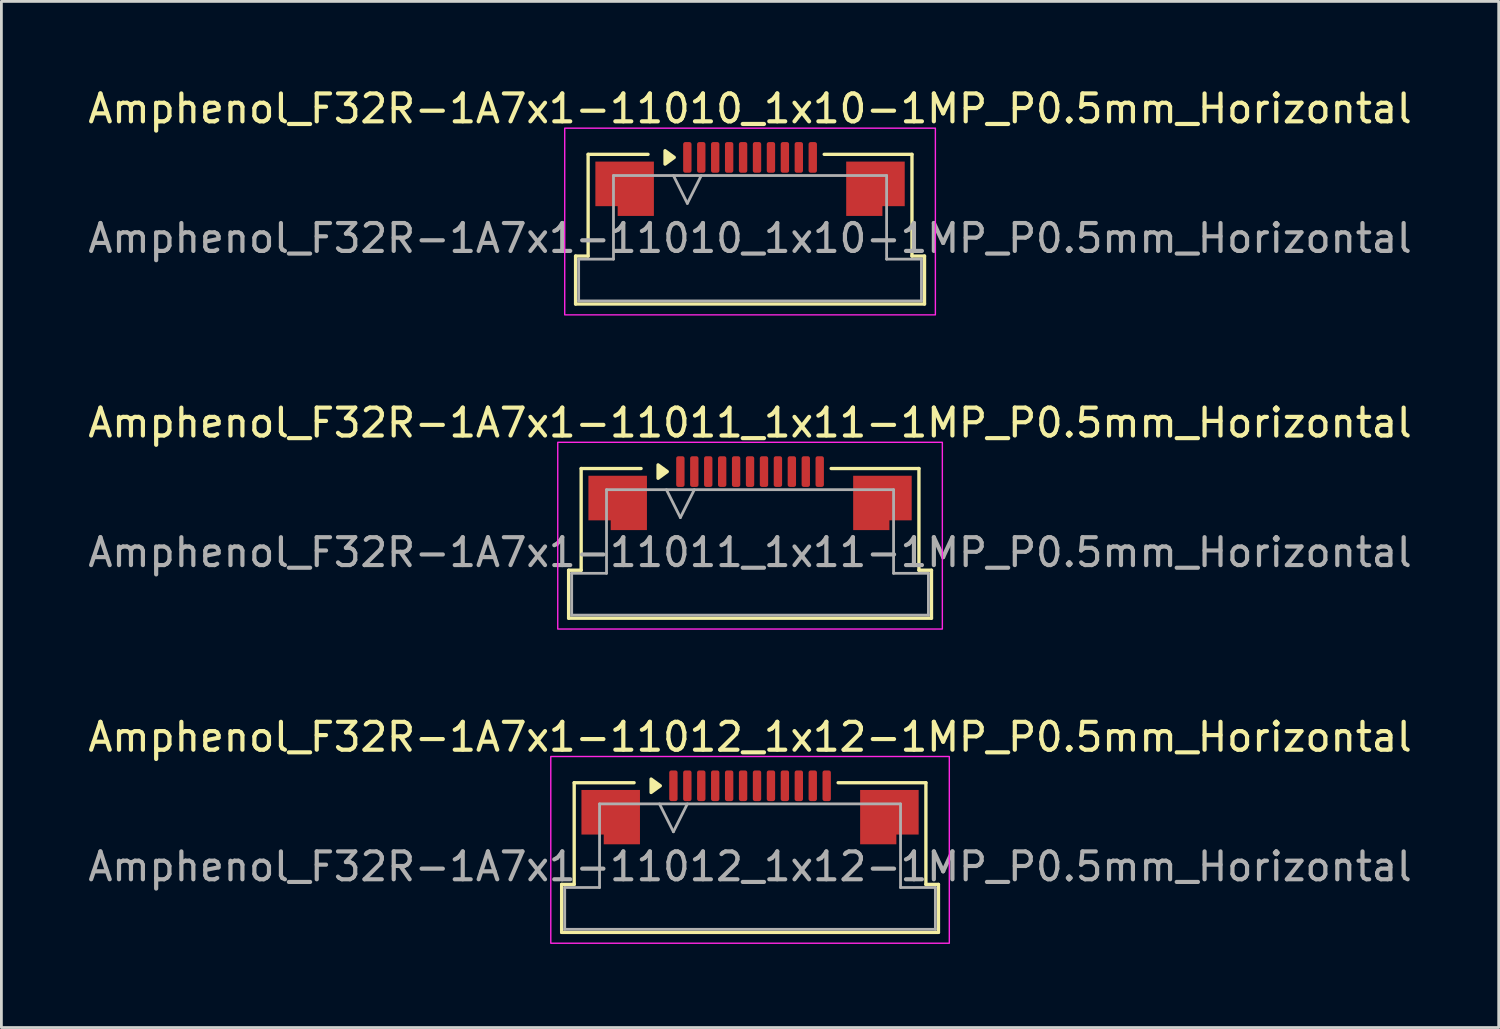
<source format=kicad_pcb>
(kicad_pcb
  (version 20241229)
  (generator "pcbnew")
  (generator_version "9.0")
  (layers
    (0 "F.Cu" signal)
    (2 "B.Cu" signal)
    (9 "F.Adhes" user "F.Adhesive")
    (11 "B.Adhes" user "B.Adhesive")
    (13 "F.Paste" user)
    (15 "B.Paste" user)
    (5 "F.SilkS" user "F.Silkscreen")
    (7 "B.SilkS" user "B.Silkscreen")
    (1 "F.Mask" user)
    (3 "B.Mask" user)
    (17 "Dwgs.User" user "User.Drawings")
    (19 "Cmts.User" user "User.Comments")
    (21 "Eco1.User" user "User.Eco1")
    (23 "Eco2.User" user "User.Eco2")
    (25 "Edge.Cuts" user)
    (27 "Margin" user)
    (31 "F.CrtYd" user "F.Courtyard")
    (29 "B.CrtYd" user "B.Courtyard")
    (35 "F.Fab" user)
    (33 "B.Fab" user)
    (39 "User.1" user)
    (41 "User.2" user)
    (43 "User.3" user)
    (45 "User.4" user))
  (footprint "Amphenol_F32R-1A7x1-11011_1x11-1MP_P0.5mm_Horizontal"
    (layer "F.Cu")
    (at 23.863 16.771)
    (property "Reference" "Amphenol_F32R-1A7x1-11011_1x11-1MP_P0.5mm_Horizontal" (at 0 -4.65 0) (layer "F.SilkS") (effects (font (size 1 1) (thickness 0.15))))
    (attr smd)
    (fp_line (start -6.51 0.64) (end -6.06 0.64) (stroke (width 0.12) (type solid)) (layer "F.SilkS"))
    (fp_line (start -6.51 2.36) (end -6.51 0.64) (stroke (width 0.12) (type solid)) (layer "F.SilkS"))
    (fp_line (start -6.06 -3.01) (end -3.91 -3.01) (stroke (width 0.12) (type solid)) (layer "F.SilkS"))
    (fp_line (start -6.06 0.64) (end -6.06 -3.01) (stroke (width 0.12) (type solid)) (layer "F.SilkS"))
    (fp_line (start 2.91 -3.01) (end 6.06 -3.01) (stroke (width 0.12) (type solid)) (layer "F.SilkS"))
    (fp_line (start 6.06 -3.01) (end 6.06 0.64) (stroke (width 0.12) (type solid)) (layer "F.SilkS"))
    (fp_line (start 6.06 0.64) (end 6.51 0.64) (stroke (width 0.12) (type solid)) (layer "F.SilkS"))
    (fp_line (start 6.51 0.64) (end 6.51 2.36) (stroke (width 0.12) (type solid)) (layer "F.SilkS"))
    (fp_line (start 6.51 2.36) (end -6.51 2.36) (stroke (width 0.12) (type solid)) (layer "F.SilkS"))
    (fp_poly (pts (xy -2.97 -2.9) (xy -3.3 -2.66) (xy -3.3 -3.14)) (stroke (width 0.12) (type solid)) (fill yes) (layer "F.SilkS"))
    (fp_rect (start -6.9 -3.95) (end 6.9 2.75) (stroke (width 0.05) (type solid)) (fill no) (layer "F.CrtYd"))
    (fp_line (start -6.4 0.75) (end -5.15 0.75) (stroke (width 0.1) (type solid)) (layer "F.Fab"))
    (fp_line (start -6.4 2.25) (end -6.4 0.75) (stroke (width 0.1) (type solid)) (layer "F.Fab"))
    (fp_line (start -5.15 -2.25) (end 5.15 -2.25) (stroke (width 0.1) (type solid)) (layer "F.Fab"))
    (fp_line (start -5.15 0.75) (end -5.15 -2.25) (stroke (width 0.1) (type solid)) (layer "F.Fab"))
    (fp_line (start -3 -2.25) (end -2.5 -1.25) (stroke (width 0.1) (type solid)) (layer "F.Fab"))
    (fp_line (start -2.5 -1.25) (end -2 -2.25) (stroke (width 0.1) (type solid)) (layer "F.Fab"))
    (fp_line (start 5.15 -2.25) (end 5.15 0.75) (stroke (width 0.1) (type solid)) (layer "F.Fab"))
    (fp_line (start 5.15 0.75) (end 6.4 0.75) (stroke (width 0.1) (type solid)) (layer "F.Fab"))
    (fp_line (start 6.4 0.75) (end 6.4 2.25) (stroke (width 0.1) (type solid)) (layer "F.Fab"))
    (fp_line (start 6.4 2.25) (end -6.4 2.25) (stroke (width 0.1) (type solid)) (layer "F.Fab"))
    (fp_text user "${REFERENCE}" (at 0 0 0) (layer "F.Fab") (effects (font (size 1 1) (thickness 0.15))))
    (pad "1" smd roundrect (at -2.5 -2.9) (size 0.3 1.1) (layers "F.Cu" "F.Mask" "F.Paste") (roundrect_rratio 0.25))
    (pad "2" smd roundrect (at -2 -2.9) (size 0.3 1.1) (layers "F.Cu" "F.Mask" "F.Paste") (roundrect_rratio 0.25))
    (pad "3" smd roundrect (at -1.5 -2.9) (size 0.3 1.1) (layers "F.Cu" "F.Mask" "F.Paste") (roundrect_rratio 0.25))
    (pad "4" smd roundrect (at -1 -2.9) (size 0.3 1.1) (layers "F.Cu" "F.Mask" "F.Paste") (roundrect_rratio 0.25))
    (pad "5" smd roundrect (at -0.5 -2.9) (size 0.3 1.1) (layers "F.Cu" "F.Mask" "F.Paste") (roundrect_rratio 0.25))
    (pad "6" smd roundrect (at 0 -2.9) (size 0.3 1.1) (layers "F.Cu" "F.Mask" "F.Paste") (roundrect_rratio 0.25))
    (pad "7" smd roundrect (at 0.5 -2.9) (size 0.3 1.1) (layers "F.Cu" "F.Mask" "F.Paste") (roundrect_rratio 0.25))
    (pad "8" smd roundrect (at 1 -2.9) (size 0.3 1.1) (layers "F.Cu" "F.Mask" "F.Paste") (roundrect_rratio 0.25))
    (pad "9" smd roundrect (at 1.5 -2.9) (size 0.3 1.1) (layers "F.Cu" "F.Mask" "F.Paste") (roundrect_rratio 0.25))
    (pad "10" smd roundrect (at 2 -2.9) (size 0.3 1.1) (layers "F.Cu" "F.Mask" "F.Paste") (roundrect_rratio 0.25))
    (pad "11" smd roundrect (at 2.5 -2.9) (size 0.3 1.1) (layers "F.Cu" "F.Mask" "F.Paste") (roundrect_rratio 0.25))
    (pad "MP" smd custom (at -4.75 -1.775) (size 1 1) (layers "F.Cu" "F.Mask" "F.Paste") (options (anchor circle)) (primitives (gr_poly (pts (xy 1.05 -0.975) (xy 1.05 0.975) (xy -0.25 0.975) (xy -0.25 0.625) (xy -1.05 0.625) (xy -1.05 -0.975)) (width 0) (fill yes))))
    (pad "MP" smd custom (at 4.75 -1.775) (size 1 1) (layers "F.Cu" "F.Mask" "F.Paste") (options (anchor circle)) (primitives (gr_poly (pts (xy -1.05 -0.975) (xy -1.05 0.975) (xy 0.25 0.975) (xy 0.25 0.625) (xy 1.05 0.625) (xy 1.05 -0.975)) (width 0) (fill yes)))))
  (footprint "Amphenol_F32R-1A7x1-11012_1x12-1MP_P0.5mm_Horizontal"
    (layer "F.Cu")
    (at 23.863 28.045)
    (property "Reference" "Amphenol_F32R-1A7x1-11012_1x12-1MP_P0.5mm_Horizontal" (at 0 -4.65 0) (layer "F.SilkS") (effects (font (size 1 1) (thickness 0.15))))
    (attr smd)
    (fp_line (start -6.76 0.64) (end -6.31 0.64) (stroke (width 0.12) (type solid)) (layer "F.SilkS"))
    (fp_line (start -6.76 2.36) (end -6.76 0.64) (stroke (width 0.12) (type solid)) (layer "F.SilkS"))
    (fp_line (start -6.31 -3.01) (end -4.16 -3.01) (stroke (width 0.12) (type solid)) (layer "F.SilkS"))
    (fp_line (start -6.31 0.64) (end -6.31 -3.01) (stroke (width 0.12) (type solid)) (layer "F.SilkS"))
    (fp_line (start 3.16 -3.01) (end 6.31 -3.01) (stroke (width 0.12) (type solid)) (layer "F.SilkS"))
    (fp_line (start 6.31 -3.01) (end 6.31 0.64) (stroke (width 0.12) (type solid)) (layer "F.SilkS"))
    (fp_line (start 6.31 0.64) (end 6.76 0.64) (stroke (width 0.12) (type solid)) (layer "F.SilkS"))
    (fp_line (start 6.76 0.64) (end 6.76 2.36) (stroke (width 0.12) (type solid)) (layer "F.SilkS"))
    (fp_line (start 6.76 2.36) (end -6.76 2.36) (stroke (width 0.12) (type solid)) (layer "F.SilkS"))
    (fp_poly (pts (xy -3.22 -2.9) (xy -3.55 -2.66) (xy -3.55 -3.14)) (stroke (width 0.12) (type solid)) (fill yes) (layer "F.SilkS"))
    (fp_rect (start -7.15 -3.95) (end 7.15 2.75) (stroke (width 0.05) (type solid)) (fill no) (layer "F.CrtYd"))
    (fp_line (start -6.65 0.75) (end -5.4 0.75) (stroke (width 0.1) (type solid)) (layer "F.Fab"))
    (fp_line (start -6.65 2.25) (end -6.65 0.75) (stroke (width 0.1) (type solid)) (layer "F.Fab"))
    (fp_line (start -5.4 -2.25) (end 5.4 -2.25) (stroke (width 0.1) (type solid)) (layer "F.Fab"))
    (fp_line (start -5.4 0.75) (end -5.4 -2.25) (stroke (width 0.1) (type solid)) (layer "F.Fab"))
    (fp_line (start -3.25 -2.25) (end -2.75 -1.25) (stroke (width 0.1) (type solid)) (layer "F.Fab"))
    (fp_line (start -2.75 -1.25) (end -2.25 -2.25) (stroke (width 0.1) (type solid)) (layer "F.Fab"))
    (fp_line (start 5.4 -2.25) (end 5.4 0.75) (stroke (width 0.1) (type solid)) (layer "F.Fab"))
    (fp_line (start 5.4 0.75) (end 6.65 0.75) (stroke (width 0.1) (type solid)) (layer "F.Fab"))
    (fp_line (start 6.65 0.75) (end 6.65 2.25) (stroke (width 0.1) (type solid)) (layer "F.Fab"))
    (fp_line (start 6.65 2.25) (end -6.65 2.25) (stroke (width 0.1) (type solid)) (layer "F.Fab"))
    (fp_text user "${REFERENCE}" (at 0 0 0) (layer "F.Fab") (effects (font (size 1 1) (thickness 0.15))))
    (pad "1" smd roundrect (at -2.75 -2.9) (size 0.3 1.1) (layers "F.Cu" "F.Mask" "F.Paste") (roundrect_rratio 0.25))
    (pad "2" smd roundrect (at -2.25 -2.9) (size 0.3 1.1) (layers "F.Cu" "F.Mask" "F.Paste") (roundrect_rratio 0.25))
    (pad "3" smd roundrect (at -1.75 -2.9) (size 0.3 1.1) (layers "F.Cu" "F.Mask" "F.Paste") (roundrect_rratio 0.25))
    (pad "4" smd roundrect (at -1.25 -2.9) (size 0.3 1.1) (layers "F.Cu" "F.Mask" "F.Paste") (roundrect_rratio 0.25))
    (pad "5" smd roundrect (at -0.75 -2.9) (size 0.3 1.1) (layers "F.Cu" "F.Mask" "F.Paste") (roundrect_rratio 0.25))
    (pad "6" smd roundrect (at -0.25 -2.9) (size 0.3 1.1) (layers "F.Cu" "F.Mask" "F.Paste") (roundrect_rratio 0.25))
    (pad "7" smd roundrect (at 0.25 -2.9) (size 0.3 1.1) (layers "F.Cu" "F.Mask" "F.Paste") (roundrect_rratio 0.25))
    (pad "8" smd roundrect (at 0.75 -2.9) (size 0.3 1.1) (layers "F.Cu" "F.Mask" "F.Paste") (roundrect_rratio 0.25))
    (pad "9" smd roundrect (at 1.25 -2.9) (size 0.3 1.1) (layers "F.Cu" "F.Mask" "F.Paste") (roundrect_rratio 0.25))
    (pad "10" smd roundrect (at 1.75 -2.9) (size 0.3 1.1) (layers "F.Cu" "F.Mask" "F.Paste") (roundrect_rratio 0.25))
    (pad "11" smd roundrect (at 2.25 -2.9) (size 0.3 1.1) (layers "F.Cu" "F.Mask" "F.Paste") (roundrect_rratio 0.25))
    (pad "12" smd roundrect (at 2.75 -2.9) (size 0.3 1.1) (layers "F.Cu" "F.Mask" "F.Paste") (roundrect_rratio 0.25))
    (pad "MP" smd custom (at -5 -1.775) (size 1 1) (layers "F.Cu" "F.Mask" "F.Paste") (options (anchor circle)) (primitives (gr_poly (pts (xy 1.05 -0.975) (xy 1.05 0.975) (xy -0.25 0.975) (xy -0.25 0.625) (xy -1.05 0.625) (xy -1.05 -0.975)) (width 0) (fill yes))))
    (pad "MP" smd custom (at 5 -1.775) (size 1 1) (layers "F.Cu" "F.Mask" "F.Paste") (options (anchor circle)) (primitives (gr_poly (pts (xy -1.05 -0.975) (xy -1.05 0.975) (xy 0.25 0.975) (xy 0.25 0.625) (xy 1.05 0.625) (xy 1.05 -0.975)) (width 0) (fill yes)))))
  (footprint "Amphenol_F32R-1A7x1-11010_1x10-1MP_P0.5mm_Horizontal"
    (layer "F.Cu")
    (at 23.863 5.498)
    (property "Reference" "Amphenol_F32R-1A7x1-11010_1x10-1MP_P0.5mm_Horizontal" (at 0 -4.65 0) (layer "F.SilkS") (effects (font (size 1 1) (thickness 0.15))))
    (attr smd)
    (fp_line (start -6.26 0.64) (end -5.81 0.64) (stroke (width 0.12) (type solid)) (layer "F.SilkS"))
    (fp_line (start -6.26 2.36) (end -6.26 0.64) (stroke (width 0.12) (type solid)) (layer "F.SilkS"))
    (fp_line (start -5.81 -3.01) (end -3.66 -3.01) (stroke (width 0.12) (type solid)) (layer "F.SilkS"))
    (fp_line (start -5.81 0.64) (end -5.81 -3.01) (stroke (width 0.12) (type solid)) (layer "F.SilkS"))
    (fp_line (start 2.66 -3.01) (end 5.81 -3.01) (stroke (width 0.12) (type solid)) (layer "F.SilkS"))
    (fp_line (start 5.81 -3.01) (end 5.81 0.64) (stroke (width 0.12) (type solid)) (layer "F.SilkS"))
    (fp_line (start 5.81 0.64) (end 6.26 0.64) (stroke (width 0.12) (type solid)) (layer "F.SilkS"))
    (fp_line (start 6.26 0.64) (end 6.26 2.36) (stroke (width 0.12) (type solid)) (layer "F.SilkS"))
    (fp_line (start 6.26 2.36) (end -6.26 2.36) (stroke (width 0.12) (type solid)) (layer "F.SilkS"))
    (fp_poly (pts (xy -2.72 -2.9) (xy -3.05 -2.66) (xy -3.05 -3.14)) (stroke (width 0.12) (type solid)) (fill yes) (layer "F.SilkS"))
    (fp_rect (start -6.65 -3.95) (end 6.65 2.75) (stroke (width 0.05) (type solid)) (fill no) (layer "F.CrtYd"))
    (fp_line (start -6.15 0.75) (end -4.9 0.75) (stroke (width 0.1) (type solid)) (layer "F.Fab"))
    (fp_line (start -6.15 2.25) (end -6.15 0.75) (stroke (width 0.1) (type solid)) (layer "F.Fab"))
    (fp_line (start -4.9 -2.25) (end 4.9 -2.25) (stroke (width 0.1) (type solid)) (layer "F.Fab"))
    (fp_line (start -4.9 0.75) (end -4.9 -2.25) (stroke (width 0.1) (type solid)) (layer "F.Fab"))
    (fp_line (start -2.75 -2.25) (end -2.25 -1.25) (stroke (width 0.1) (type solid)) (layer "F.Fab"))
    (fp_line (start -2.25 -1.25) (end -1.75 -2.25) (stroke (width 0.1) (type solid)) (layer "F.Fab"))
    (fp_line (start 4.9 -2.25) (end 4.9 0.75) (stroke (width 0.1) (type solid)) (layer "F.Fab"))
    (fp_line (start 4.9 0.75) (end 6.15 0.75) (stroke (width 0.1) (type solid)) (layer "F.Fab"))
    (fp_line (start 6.15 0.75) (end 6.15 2.25) (stroke (width 0.1) (type solid)) (layer "F.Fab"))
    (fp_line (start 6.15 2.25) (end -6.15 2.25) (stroke (width 0.1) (type solid)) (layer "F.Fab"))
    (fp_text user "${REFERENCE}" (at 0 0 0) (layer "F.Fab") (effects (font (size 1 1) (thickness 0.15))))
    (pad "1" smd roundrect (at -2.25 -2.9) (size 0.3 1.1) (layers "F.Cu" "F.Mask" "F.Paste") (roundrect_rratio 0.25))
    (pad "2" smd roundrect (at -1.75 -2.9) (size 0.3 1.1) (layers "F.Cu" "F.Mask" "F.Paste") (roundrect_rratio 0.25))
    (pad "3" smd roundrect (at -1.25 -2.9) (size 0.3 1.1) (layers "F.Cu" "F.Mask" "F.Paste") (roundrect_rratio 0.25))
    (pad "4" smd roundrect (at -0.75 -2.9) (size 0.3 1.1) (layers "F.Cu" "F.Mask" "F.Paste") (roundrect_rratio 0.25))
    (pad "5" smd roundrect (at -0.25 -2.9) (size 0.3 1.1) (layers "F.Cu" "F.Mask" "F.Paste") (roundrect_rratio 0.25))
    (pad "6" smd roundrect (at 0.25 -2.9) (size 0.3 1.1) (layers "F.Cu" "F.Mask" "F.Paste") (roundrect_rratio 0.25))
    (pad "7" smd roundrect (at 0.75 -2.9) (size 0.3 1.1) (layers "F.Cu" "F.Mask" "F.Paste") (roundrect_rratio 0.25))
    (pad "8" smd roundrect (at 1.25 -2.9) (size 0.3 1.1) (layers "F.Cu" "F.Mask" "F.Paste") (roundrect_rratio 0.25))
    (pad "9" smd roundrect (at 1.75 -2.9) (size 0.3 1.1) (layers "F.Cu" "F.Mask" "F.Paste") (roundrect_rratio 0.25))
    (pad "10" smd roundrect (at 2.25 -2.9) (size 0.3 1.1) (layers "F.Cu" "F.Mask" "F.Paste") (roundrect_rratio 0.25))
    (pad "MP" smd custom (at -4.5 -1.775) (size 1 1) (layers "F.Cu" "F.Mask" "F.Paste") (options (anchor circle)) (primitives (gr_poly (pts (xy 1.05 -0.975) (xy 1.05 0.975) (xy -0.25 0.975) (xy -0.25 0.625) (xy -1.05 0.625) (xy -1.05 -0.975)) (width 0) (fill yes))))
    (pad "MP" smd custom (at 4.5 -1.775) (size 1 1) (layers "F.Cu" "F.Mask" "F.Paste") (options (anchor circle)) (primitives (gr_poly (pts (xy -1.05 -0.975) (xy -1.05 0.975) (xy 0.25 0.975) (xy 0.25 0.625) (xy 1.05 0.625) (xy 1.05 -0.975)) (width 0) (fill yes)))))
  (gr_rect
    (start -3 -3)
    (end 50.726 33.82)
    (stroke (width 0.1) (type default))
    (fill no)
    (layer "Edge.Cuts")))
</source>
